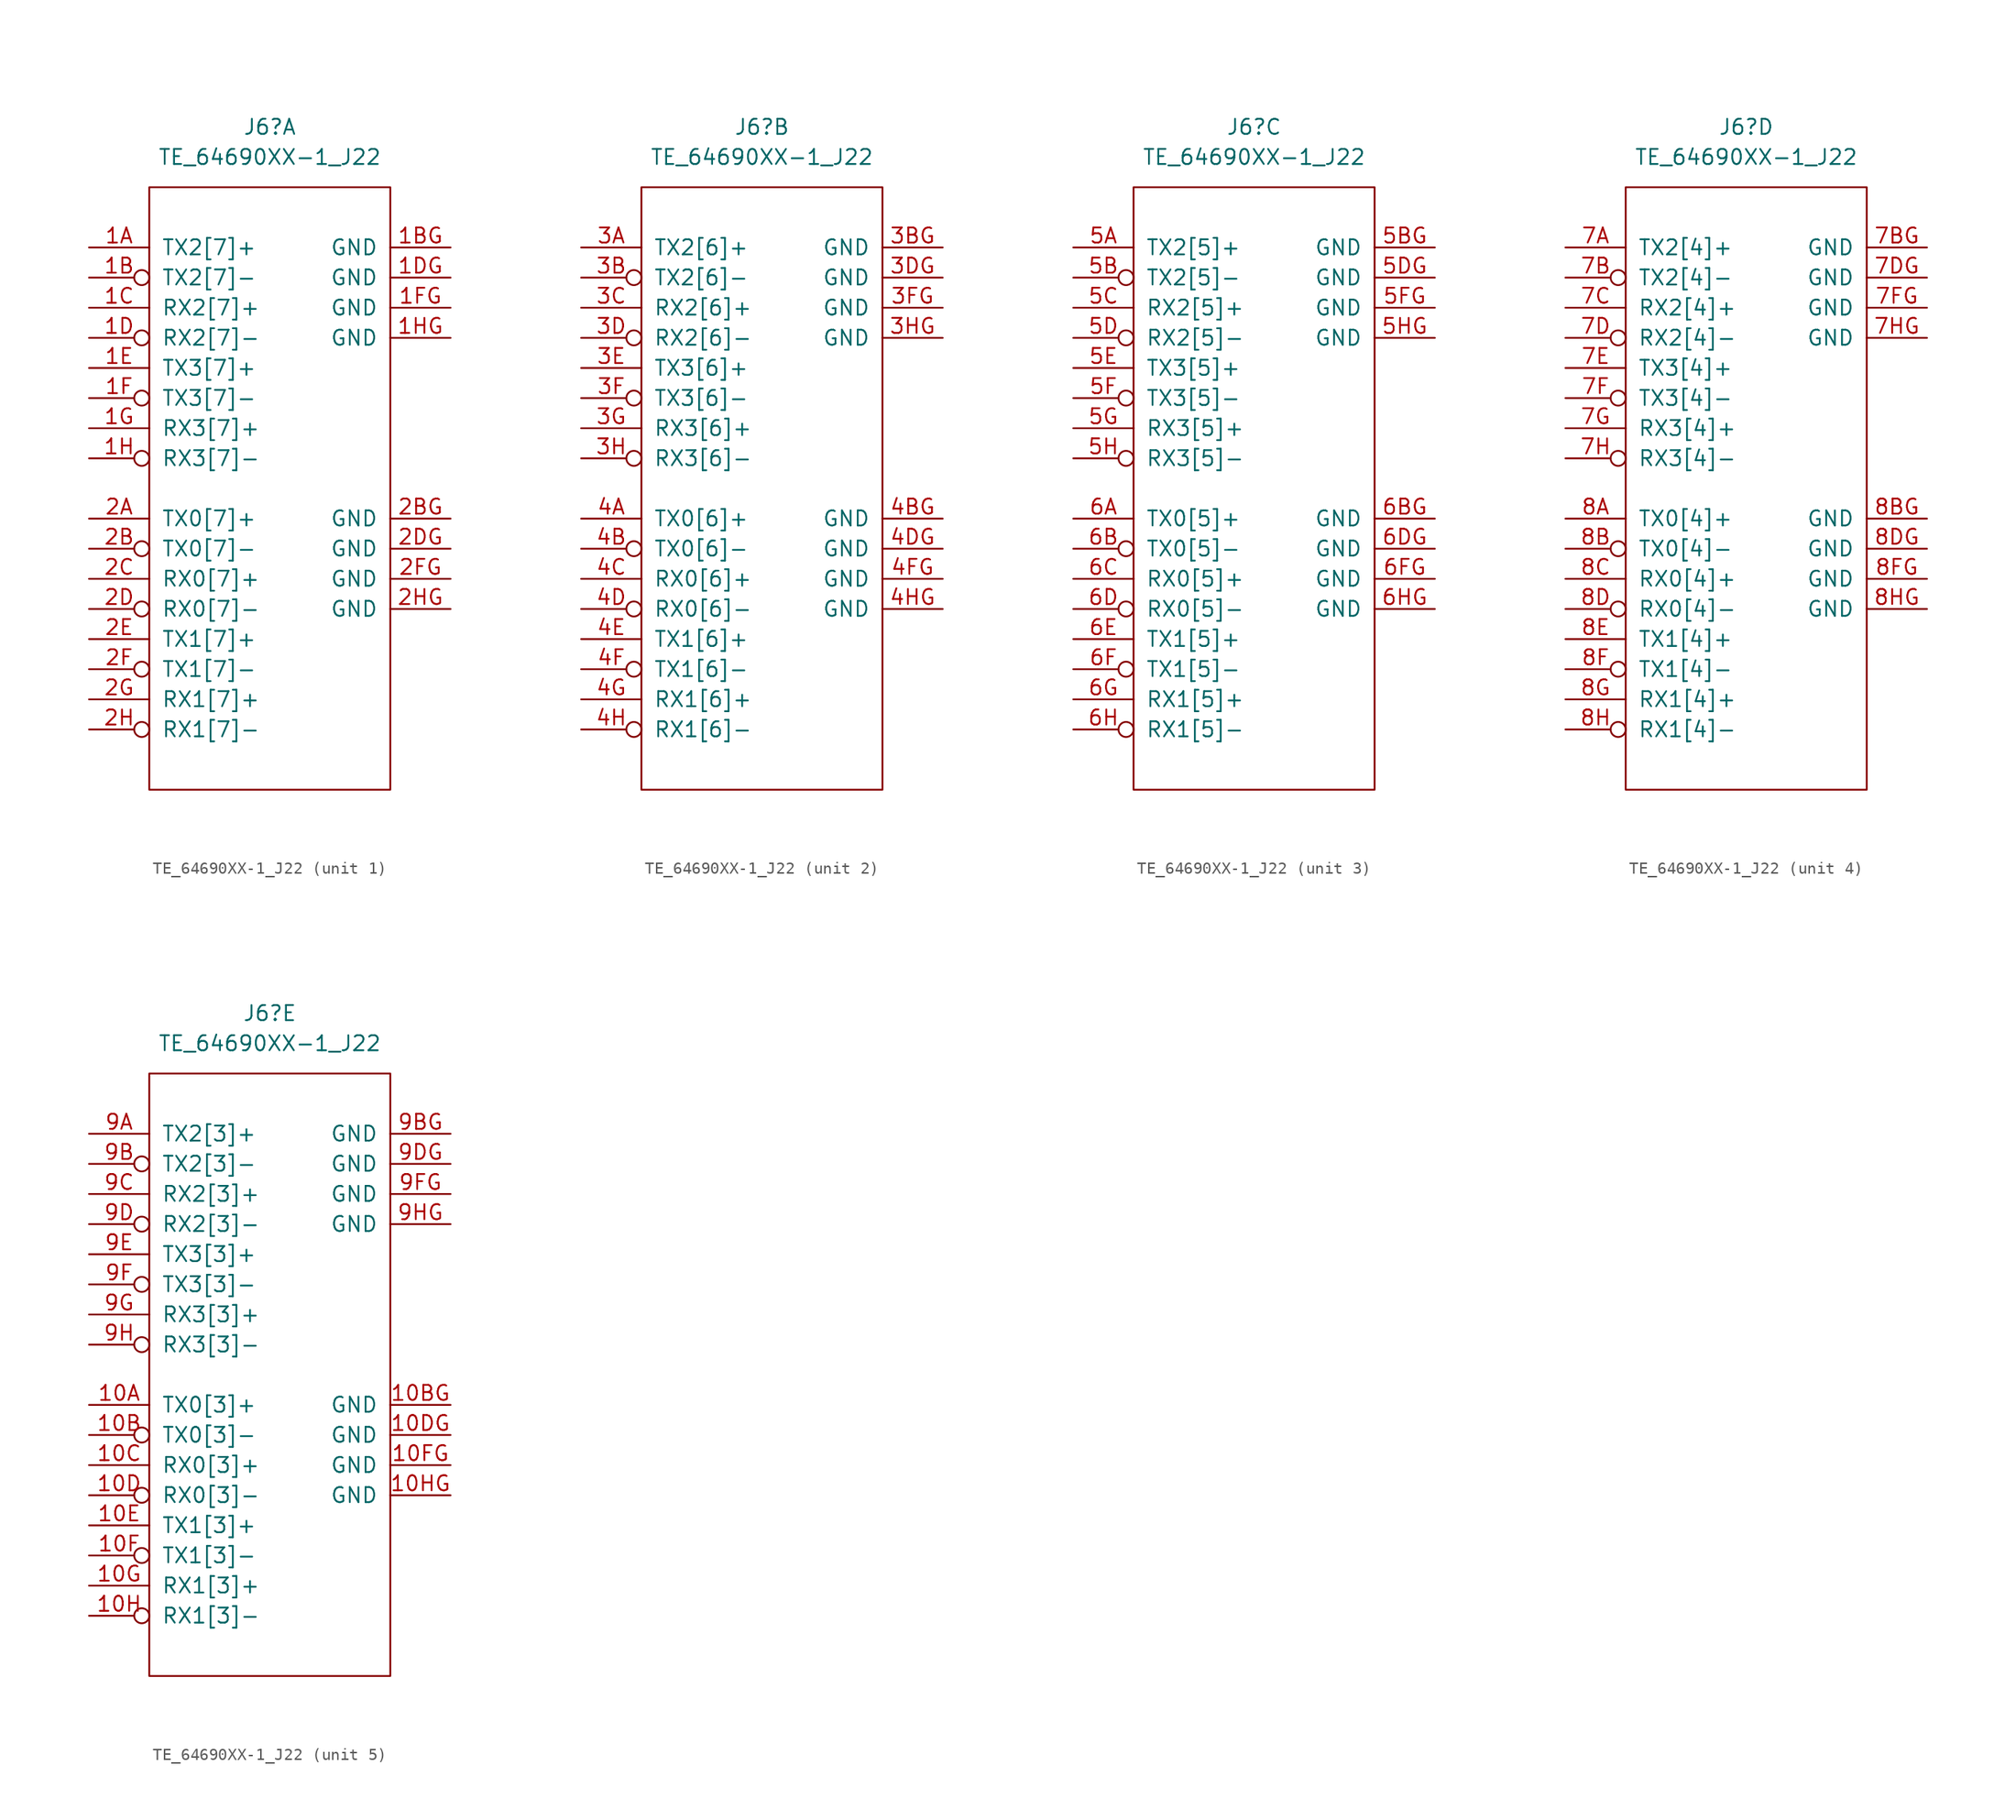
<source format=kicad_sym>
(kicad_symbol_lib
  (version 20220914)
  (generator kicad_symbol_editor)
  (symbol "TE_64690XX-1_J22"
    (pin_names
      (offset 1.016))
    (property "Reference" "J6"
      (at 0 30.48 0)
      (effects (font (size 1.27 1.27))))
    (property "Value" "TE_64690XX-1_J22"
      (at 0 27.94 0)
      (effects (font (size 1.27 1.27))))
    (property "ki_locked" ""
      (at 0 0 0)
      (effects (font (size 1.27 1.27))))
    (symbol "TE_64690XX-1_J22_1_1"
      (rectangle (start -10.16 25.4) (end 10.16 -25.4) (stroke (width 0) (type default)) (fill (type none)))
      (pin bidirectional line (at -15.24 20.32 0) (length 5.08) (name "TX2[7]+" (effects (font (size 1.27 1.27)))) (number "1A" (effects (font (size 1.27 1.27)))))
      (pin bidirectional inverted (at -15.24 17.78 0) (length 5.08) (name "TX2[7]-" (effects (font (size 1.27 1.27)))) (number "1B" (effects (font (size 1.27 1.27)))))
      (pin passive line (at 15.24 20.32 180) (length 5.08) (name "GND" (effects (font (size 1.27 1.27)))) (number "1BG" (effects (font (size 1.27 1.27)))))
      (pin bidirectional line (at -15.24 15.24 0) (length 5.08) (name "RX2[7]+" (effects (font (size 1.27 1.27)))) (number "1C" (effects (font (size 1.27 1.27)))))
      (pin bidirectional inverted (at -15.24 12.7 0) (length 5.08) (name "RX2[7]-" (effects (font (size 1.27 1.27)))) (number "1D" (effects (font (size 1.27 1.27)))))
      (pin passive line (at 15.24 17.78 180) (length 5.08) (name "GND" (effects (font (size 1.27 1.27)))) (number "1DG" (effects (font (size 1.27 1.27)))))
      (pin bidirectional line (at -15.24 10.16 0) (length 5.08) (name "TX3[7]+" (effects (font (size 1.27 1.27)))) (number "1E" (effects (font (size 1.27 1.27)))))
      (pin bidirectional inverted (at -15.24 7.62 0) (length 5.08) (name "TX3[7]-" (effects (font (size 1.27 1.27)))) (number "1F" (effects (font (size 1.27 1.27)))))
      (pin passive line (at 15.24 15.24 180) (length 5.08) (name "GND" (effects (font (size 1.27 1.27)))) (number "1FG" (effects (font (size 1.27 1.27)))))
      (pin bidirectional line (at -15.24 5.08 0) (length 5.08) (name "RX3[7]+" (effects (font (size 1.27 1.27)))) (number "1G" (effects (font (size 1.27 1.27)))))
      (pin bidirectional inverted (at -15.24 2.54 0) (length 5.08) (name "RX3[7]-" (effects (font (size 1.27 1.27)))) (number "1H" (effects (font (size 1.27 1.27)))))
      (pin passive line (at 15.24 12.7 180) (length 5.08) (name "GND" (effects (font (size 1.27 1.27)))) (number "1HG" (effects (font (size 1.27 1.27)))))
      (pin bidirectional line (at -15.24 -2.54 0) (length 5.08) (name "TX0[7]+" (effects (font (size 1.27 1.27)))) (number "2A" (effects (font (size 1.27 1.27)))))
      (pin bidirectional inverted (at -15.24 -5.08 0) (length 5.08) (name "TX0[7]-" (effects (font (size 1.27 1.27)))) (number "2B" (effects (font (size 1.27 1.27)))))
      (pin passive line (at 15.24 -2.54 180) (length 5.08) (name "GND" (effects (font (size 1.27 1.27)))) (number "2BG" (effects (font (size 1.27 1.27)))))
      (pin bidirectional line (at -15.24 -7.62 0) (length 5.08) (name "RX0[7]+" (effects (font (size 1.27 1.27)))) (number "2C" (effects (font (size 1.27 1.27)))))
      (pin bidirectional inverted (at -15.24 -10.16 0) (length 5.08) (name "RX0[7]-" (effects (font (size 1.27 1.27)))) (number "2D" (effects (font (size 1.27 1.27)))))
      (pin passive line (at 15.24 -5.08 180) (length 5.08) (name "GND" (effects (font (size 1.27 1.27)))) (number "2DG" (effects (font (size 1.27 1.27)))))
      (pin bidirectional line (at -15.24 -12.7 0) (length 5.08) (name "TX1[7]+" (effects (font (size 1.27 1.27)))) (number "2E" (effects (font (size 1.27 1.27)))))
      (pin bidirectional inverted (at -15.24 -15.24 0) (length 5.08) (name "TX1[7]-" (effects (font (size 1.27 1.27)))) (number "2F" (effects (font (size 1.27 1.27)))))
      (pin passive line (at 15.24 -7.62 180) (length 5.08) (name "GND" (effects (font (size 1.27 1.27)))) (number "2FG" (effects (font (size 1.27 1.27)))))
      (pin bidirectional line (at -15.24 -17.78 0) (length 5.08) (name "RX1[7]+" (effects (font (size 1.27 1.27)))) (number "2G" (effects (font (size 1.27 1.27)))))
      (pin bidirectional inverted (at -15.24 -20.32 0) (length 5.08) (name "RX1[7]-" (effects (font (size 1.27 1.27)))) (number "2H" (effects (font (size 1.27 1.27)))))
      (pin passive line (at 15.24 -10.16 180) (length 5.08) (name "GND" (effects (font (size 1.27 1.27)))) (number "2HG" (effects (font (size 1.27 1.27))))))
    (symbol "TE_64690XX-1_J22_2_1"
      (rectangle (start -10.16 25.4) (end 10.16 -25.4) (stroke (width 0) (type default)) (fill (type none)))
      (pin bidirectional line (at -15.24 20.32 0) (length 5.08) (name "TX2[6]+" (effects (font (size 1.27 1.27)))) (number "3A" (effects (font (size 1.27 1.27)))))
      (pin bidirectional inverted (at -15.24 17.78 0) (length 5.08) (name "TX2[6]-" (effects (font (size 1.27 1.27)))) (number "3B" (effects (font (size 1.27 1.27)))))
      (pin passive line (at 15.24 20.32 180) (length 5.08) (name "GND" (effects (font (size 1.27 1.27)))) (number "3BG" (effects (font (size 1.27 1.27)))))
      (pin bidirectional line (at -15.24 15.24 0) (length 5.08) (name "RX2[6]+" (effects (font (size 1.27 1.27)))) (number "3C" (effects (font (size 1.27 1.27)))))
      (pin bidirectional inverted (at -15.24 12.7 0) (length 5.08) (name "RX2[6]-" (effects (font (size 1.27 1.27)))) (number "3D" (effects (font (size 1.27 1.27)))))
      (pin passive line (at 15.24 17.78 180) (length 5.08) (name "GND" (effects (font (size 1.27 1.27)))) (number "3DG" (effects (font (size 1.27 1.27)))))
      (pin bidirectional line (at -15.24 10.16 0) (length 5.08) (name "TX3[6]+" (effects (font (size 1.27 1.27)))) (number "3E" (effects (font (size 1.27 1.27)))))
      (pin bidirectional inverted (at -15.24 7.62 0) (length 5.08) (name "TX3[6]-" (effects (font (size 1.27 1.27)))) (number "3F" (effects (font (size 1.27 1.27)))))
      (pin passive line (at 15.24 15.24 180) (length 5.08) (name "GND" (effects (font (size 1.27 1.27)))) (number "3FG" (effects (font (size 1.27 1.27)))))
      (pin bidirectional line (at -15.24 5.08 0) (length 5.08) (name "RX3[6]+" (effects (font (size 1.27 1.27)))) (number "3G" (effects (font (size 1.27 1.27)))))
      (pin bidirectional inverted (at -15.24 2.54 0) (length 5.08) (name "RX3[6]-" (effects (font (size 1.27 1.27)))) (number "3H" (effects (font (size 1.27 1.27)))))
      (pin passive line (at 15.24 12.7 180) (length 5.08) (name "GND" (effects (font (size 1.27 1.27)))) (number "3HG" (effects (font (size 1.27 1.27)))))
      (pin bidirectional line (at -15.24 -2.54 0) (length 5.08) (name "TX0[6]+" (effects (font (size 1.27 1.27)))) (number "4A" (effects (font (size 1.27 1.27)))))
      (pin bidirectional inverted (at -15.24 -5.08 0) (length 5.08) (name "TX0[6]-" (effects (font (size 1.27 1.27)))) (number "4B" (effects (font (size 1.27 1.27)))))
      (pin passive line (at 15.24 -2.54 180) (length 5.08) (name "GND" (effects (font (size 1.27 1.27)))) (number "4BG" (effects (font (size 1.27 1.27)))))
      (pin bidirectional line (at -15.24 -7.62 0) (length 5.08) (name "RX0[6]+" (effects (font (size 1.27 1.27)))) (number "4C" (effects (font (size 1.27 1.27)))))
      (pin bidirectional inverted (at -15.24 -10.16 0) (length 5.08) (name "RX0[6]-" (effects (font (size 1.27 1.27)))) (number "4D" (effects (font (size 1.27 1.27)))))
      (pin passive line (at 15.24 -5.08 180) (length 5.08) (name "GND" (effects (font (size 1.27 1.27)))) (number "4DG" (effects (font (size 1.27 1.27)))))
      (pin bidirectional line (at -15.24 -12.7 0) (length 5.08) (name "TX1[6]+" (effects (font (size 1.27 1.27)))) (number "4E" (effects (font (size 1.27 1.27)))))
      (pin bidirectional inverted (at -15.24 -15.24 0) (length 5.08) (name "TX1[6]-" (effects (font (size 1.27 1.27)))) (number "4F" (effects (font (size 1.27 1.27)))))
      (pin passive line (at 15.24 -7.62 180) (length 5.08) (name "GND" (effects (font (size 1.27 1.27)))) (number "4FG" (effects (font (size 1.27 1.27)))))
      (pin bidirectional line (at -15.24 -17.78 0) (length 5.08) (name "RX1[6]+" (effects (font (size 1.27 1.27)))) (number "4G" (effects (font (size 1.27 1.27)))))
      (pin bidirectional inverted (at -15.24 -20.32 0) (length 5.08) (name "RX1[6]-" (effects (font (size 1.27 1.27)))) (number "4H" (effects (font (size 1.27 1.27)))))
      (pin passive line (at 15.24 -10.16 180) (length 5.08) (name "GND" (effects (font (size 1.27 1.27)))) (number "4HG" (effects (font (size 1.27 1.27))))))
    (symbol "TE_64690XX-1_J22_3_1"
      (rectangle (start -10.16 25.4) (end 10.16 -25.4) (stroke (width 0) (type default)) (fill (type none)))
      (pin bidirectional line (at -15.24 20.32 0) (length 5.08) (name "TX2[5]+" (effects (font (size 1.27 1.27)))) (number "5A" (effects (font (size 1.27 1.27)))))
      (pin bidirectional inverted (at -15.24 17.78 0) (length 5.08) (name "TX2[5]-" (effects (font (size 1.27 1.27)))) (number "5B" (effects (font (size 1.27 1.27)))))
      (pin passive line (at 15.24 20.32 180) (length 5.08) (name "GND" (effects (font (size 1.27 1.27)))) (number "5BG" (effects (font (size 1.27 1.27)))))
      (pin bidirectional line (at -15.24 15.24 0) (length 5.08) (name "RX2[5]+" (effects (font (size 1.27 1.27)))) (number "5C" (effects (font (size 1.27 1.27)))))
      (pin bidirectional inverted (at -15.24 12.7 0) (length 5.08) (name "RX2[5]-" (effects (font (size 1.27 1.27)))) (number "5D" (effects (font (size 1.27 1.27)))))
      (pin passive line (at 15.24 17.78 180) (length 5.08) (name "GND" (effects (font (size 1.27 1.27)))) (number "5DG" (effects (font (size 1.27 1.27)))))
      (pin bidirectional line (at -15.24 10.16 0) (length 5.08) (name "TX3[5]+" (effects (font (size 1.27 1.27)))) (number "5E" (effects (font (size 1.27 1.27)))))
      (pin bidirectional inverted (at -15.24 7.62 0) (length 5.08) (name "TX3[5]-" (effects (font (size 1.27 1.27)))) (number "5F" (effects (font (size 1.27 1.27)))))
      (pin passive line (at 15.24 15.24 180) (length 5.08) (name "GND" (effects (font (size 1.27 1.27)))) (number "5FG" (effects (font (size 1.27 1.27)))))
      (pin bidirectional line (at -15.24 5.08 0) (length 5.08) (name "RX3[5]+" (effects (font (size 1.27 1.27)))) (number "5G" (effects (font (size 1.27 1.27)))))
      (pin bidirectional inverted (at -15.24 2.54 0) (length 5.08) (name "RX3[5]-" (effects (font (size 1.27 1.27)))) (number "5H" (effects (font (size 1.27 1.27)))))
      (pin passive line (at 15.24 12.7 180) (length 5.08) (name "GND" (effects (font (size 1.27 1.27)))) (number "5HG" (effects (font (size 1.27 1.27)))))
      (pin bidirectional line (at -15.24 -2.54 0) (length 5.08) (name "TX0[5]+" (effects (font (size 1.27 1.27)))) (number "6A" (effects (font (size 1.27 1.27)))))
      (pin bidirectional inverted (at -15.24 -5.08 0) (length 5.08) (name "TX0[5]-" (effects (font (size 1.27 1.27)))) (number "6B" (effects (font (size 1.27 1.27)))))
      (pin passive line (at 15.24 -2.54 180) (length 5.08) (name "GND" (effects (font (size 1.27 1.27)))) (number "6BG" (effects (font (size 1.27 1.27)))))
      (pin bidirectional line (at -15.24 -7.62 0) (length 5.08) (name "RX0[5]+" (effects (font (size 1.27 1.27)))) (number "6C" (effects (font (size 1.27 1.27)))))
      (pin bidirectional inverted (at -15.24 -10.16 0) (length 5.08) (name "RX0[5]-" (effects (font (size 1.27 1.27)))) (number "6D" (effects (font (size 1.27 1.27)))))
      (pin passive line (at 15.24 -5.08 180) (length 5.08) (name "GND" (effects (font (size 1.27 1.27)))) (number "6DG" (effects (font (size 1.27 1.27)))))
      (pin bidirectional line (at -15.24 -12.7 0) (length 5.08) (name "TX1[5]+" (effects (font (size 1.27 1.27)))) (number "6E" (effects (font (size 1.27 1.27)))))
      (pin bidirectional inverted (at -15.24 -15.24 0) (length 5.08) (name "TX1[5]-" (effects (font (size 1.27 1.27)))) (number "6F" (effects (font (size 1.27 1.27)))))
      (pin passive line (at 15.24 -7.62 180) (length 5.08) (name "GND" (effects (font (size 1.27 1.27)))) (number "6FG" (effects (font (size 1.27 1.27)))))
      (pin bidirectional line (at -15.24 -17.78 0) (length 5.08) (name "RX1[5]+" (effects (font (size 1.27 1.27)))) (number "6G" (effects (font (size 1.27 1.27)))))
      (pin bidirectional inverted (at -15.24 -20.32 0) (length 5.08) (name "RX1[5]-" (effects (font (size 1.27 1.27)))) (number "6H" (effects (font (size 1.27 1.27)))))
      (pin passive line (at 15.24 -10.16 180) (length 5.08) (name "GND" (effects (font (size 1.27 1.27)))) (number "6HG" (effects (font (size 1.27 1.27))))))
    (symbol "TE_64690XX-1_J22_4_1"
      (rectangle (start -10.16 25.4) (end 10.16 -25.4) (stroke (width 0) (type default)) (fill (type none)))
      (pin bidirectional line (at -15.24 20.32 0) (length 5.08) (name "TX2[4]+" (effects (font (size 1.27 1.27)))) (number "7A" (effects (font (size 1.27 1.27)))))
      (pin bidirectional inverted (at -15.24 17.78 0) (length 5.08) (name "TX2[4]-" (effects (font (size 1.27 1.27)))) (number "7B" (effects (font (size 1.27 1.27)))))
      (pin passive line (at 15.24 20.32 180) (length 5.08) (name "GND" (effects (font (size 1.27 1.27)))) (number "7BG" (effects (font (size 1.27 1.27)))))
      (pin bidirectional line (at -15.24 15.24 0) (length 5.08) (name "RX2[4]+" (effects (font (size 1.27 1.27)))) (number "7C" (effects (font (size 1.27 1.27)))))
      (pin bidirectional inverted (at -15.24 12.7 0) (length 5.08) (name "RX2[4]-" (effects (font (size 1.27 1.27)))) (number "7D" (effects (font (size 1.27 1.27)))))
      (pin passive line (at 15.24 17.78 180) (length 5.08) (name "GND" (effects (font (size 1.27 1.27)))) (number "7DG" (effects (font (size 1.27 1.27)))))
      (pin bidirectional line (at -15.24 10.16 0) (length 5.08) (name "TX3[4]+" (effects (font (size 1.27 1.27)))) (number "7E" (effects (font (size 1.27 1.27)))))
      (pin bidirectional inverted (at -15.24 7.62 0) (length 5.08) (name "TX3[4]-" (effects (font (size 1.27 1.27)))) (number "7F" (effects (font (size 1.27 1.27)))))
      (pin passive line (at 15.24 15.24 180) (length 5.08) (name "GND" (effects (font (size 1.27 1.27)))) (number "7FG" (effects (font (size 1.27 1.27)))))
      (pin bidirectional line (at -15.24 5.08 0) (length 5.08) (name "RX3[4]+" (effects (font (size 1.27 1.27)))) (number "7G" (effects (font (size 1.27 1.27)))))
      (pin bidirectional inverted (at -15.24 2.54 0) (length 5.08) (name "RX3[4]-" (effects (font (size 1.27 1.27)))) (number "7H" (effects (font (size 1.27 1.27)))))
      (pin passive line (at 15.24 12.7 180) (length 5.08) (name "GND" (effects (font (size 1.27 1.27)))) (number "7HG" (effects (font (size 1.27 1.27)))))
      (pin bidirectional line (at -15.24 -2.54 0) (length 5.08) (name "TX0[4]+" (effects (font (size 1.27 1.27)))) (number "8A" (effects (font (size 1.27 1.27)))))
      (pin bidirectional inverted (at -15.24 -5.08 0) (length 5.08) (name "TX0[4]-" (effects (font (size 1.27 1.27)))) (number "8B" (effects (font (size 1.27 1.27)))))
      (pin passive line (at 15.24 -2.54 180) (length 5.08) (name "GND" (effects (font (size 1.27 1.27)))) (number "8BG" (effects (font (size 1.27 1.27)))))
      (pin bidirectional line (at -15.24 -7.62 0) (length 5.08) (name "RX0[4]+" (effects (font (size 1.27 1.27)))) (number "8C" (effects (font (size 1.27 1.27)))))
      (pin bidirectional inverted (at -15.24 -10.16 0) (length 5.08) (name "RX0[4]-" (effects (font (size 1.27 1.27)))) (number "8D" (effects (font (size 1.27 1.27)))))
      (pin passive line (at 15.24 -5.08 180) (length 5.08) (name "GND" (effects (font (size 1.27 1.27)))) (number "8DG" (effects (font (size 1.27 1.27)))))
      (pin bidirectional line (at -15.24 -12.7 0) (length 5.08) (name "TX1[4]+" (effects (font (size 1.27 1.27)))) (number "8E" (effects (font (size 1.27 1.27)))))
      (pin bidirectional inverted (at -15.24 -15.24 0) (length 5.08) (name "TX1[4]-" (effects (font (size 1.27 1.27)))) (number "8F" (effects (font (size 1.27 1.27)))))
      (pin passive line (at 15.24 -7.62 180) (length 5.08) (name "GND" (effects (font (size 1.27 1.27)))) (number "8FG" (effects (font (size 1.27 1.27)))))
      (pin bidirectional line (at -15.24 -17.78 0) (length 5.08) (name "RX1[4]+" (effects (font (size 1.27 1.27)))) (number "8G" (effects (font (size 1.27 1.27)))))
      (pin bidirectional inverted (at -15.24 -20.32 0) (length 5.08) (name "RX1[4]-" (effects (font (size 1.27 1.27)))) (number "8H" (effects (font (size 1.27 1.27)))))
      (pin passive line (at 15.24 -10.16 180) (length 5.08) (name "GND" (effects (font (size 1.27 1.27)))) (number "8HG" (effects (font (size 1.27 1.27))))))
    (symbol "TE_64690XX-1_J22_5_1"
      (rectangle (start -10.16 25.4) (end 10.16 -25.4) (stroke (width 0) (type default)) (fill (type none)))
      (pin bidirectional line (at -15.24 -2.54 0) (length 5.08) (name "TX0[3]+" (effects (font (size 1.27 1.27)))) (number "10A" (effects (font (size 1.27 1.27)))))
      (pin bidirectional inverted (at -15.24 -5.08 0) (length 5.08) (name "TX0[3]-" (effects (font (size 1.27 1.27)))) (number "10B" (effects (font (size 1.27 1.27)))))
      (pin passive line (at 15.24 -2.54 180) (length 5.08) (name "GND" (effects (font (size 1.27 1.27)))) (number "10BG" (effects (font (size 1.27 1.27)))))
      (pin bidirectional line (at -15.24 -7.62 0) (length 5.08) (name "RX0[3]+" (effects (font (size 1.27 1.27)))) (number "10C" (effects (font (size 1.27 1.27)))))
      (pin bidirectional inverted (at -15.24 -10.16 0) (length 5.08) (name "RX0[3]-" (effects (font (size 1.27 1.27)))) (number "10D" (effects (font (size 1.27 1.27)))))
      (pin passive line (at 15.24 -5.08 180) (length 5.08) (name "GND" (effects (font (size 1.27 1.27)))) (number "10DG" (effects (font (size 1.27 1.27)))))
      (pin bidirectional line (at -15.24 -12.7 0) (length 5.08) (name "TX1[3]+" (effects (font (size 1.27 1.27)))) (number "10E" (effects (font (size 1.27 1.27)))))
      (pin bidirectional inverted (at -15.24 -15.24 0) (length 5.08) (name "TX1[3]-" (effects (font (size 1.27 1.27)))) (number "10F" (effects (font (size 1.27 1.27)))))
      (pin passive line (at 15.24 -7.62 180) (length 5.08) (name "GND" (effects (font (size 1.27 1.27)))) (number "10FG" (effects (font (size 1.27 1.27)))))
      (pin bidirectional line (at -15.24 -17.78 0) (length 5.08) (name "RX1[3]+" (effects (font (size 1.27 1.27)))) (number "10G" (effects (font (size 1.27 1.27)))))
      (pin bidirectional inverted (at -15.24 -20.32 0) (length 5.08) (name "RX1[3]-" (effects (font (size 1.27 1.27)))) (number "10H" (effects (font (size 1.27 1.27)))))
      (pin passive line (at 15.24 -10.16 180) (length 5.08) (name "GND" (effects (font (size 1.27 1.27)))) (number "10HG" (effects (font (size 1.27 1.27)))))
      (pin bidirectional line (at -15.24 20.32 0) (length 5.08) (name "TX2[3]+" (effects (font (size 1.27 1.27)))) (number "9A" (effects (font (size 1.27 1.27)))))
      (pin bidirectional inverted (at -15.24 17.78 0) (length 5.08) (name "TX2[3]-" (effects (font (size 1.27 1.27)))) (number "9B" (effects (font (size 1.27 1.27)))))
      (pin passive line (at 15.24 20.32 180) (length 5.08) (name "GND" (effects (font (size 1.27 1.27)))) (number "9BG" (effects (font (size 1.27 1.27)))))
      (pin bidirectional line (at -15.24 15.24 0) (length 5.08) (name "RX2[3]+" (effects (font (size 1.27 1.27)))) (number "9C" (effects (font (size 1.27 1.27)))))
      (pin bidirectional inverted (at -15.24 12.7 0) (length 5.08) (name "RX2[3]-" (effects (font (size 1.27 1.27)))) (number "9D" (effects (font (size 1.27 1.27)))))
      (pin passive line (at 15.24 17.78 180) (length 5.08) (name "GND" (effects (font (size 1.27 1.27)))) (number "9DG" (effects (font (size 1.27 1.27)))))
      (pin bidirectional line (at -15.24 10.16 0) (length 5.08) (name "TX3[3]+" (effects (font (size 1.27 1.27)))) (number "9E" (effects (font (size 1.27 1.27)))))
      (pin bidirectional inverted (at -15.24 7.62 0) (length 5.08) (name "TX3[3]-" (effects (font (size 1.27 1.27)))) (number "9F" (effects (font (size 1.27 1.27)))))
      (pin passive line (at 15.24 15.24 180) (length 5.08) (name "GND" (effects (font (size 1.27 1.27)))) (number "9FG" (effects (font (size 1.27 1.27)))))
      (pin bidirectional line (at -15.24 5.08 0) (length 5.08) (name "RX3[3]+" (effects (font (size 1.27 1.27)))) (number "9G" (effects (font (size 1.27 1.27)))))
      (pin bidirectional inverted (at -15.24 2.54 0) (length 5.08) (name "RX3[3]-" (effects (font (size 1.27 1.27)))) (number "9H" (effects (font (size 1.27 1.27)))))
      (pin passive line (at 15.24 12.7 180) (length 5.08) (name "GND" (effects (font (size 1.27 1.27)))) (number "9HG" (effects (font (size 1.27 1.27))))))))
</source>
